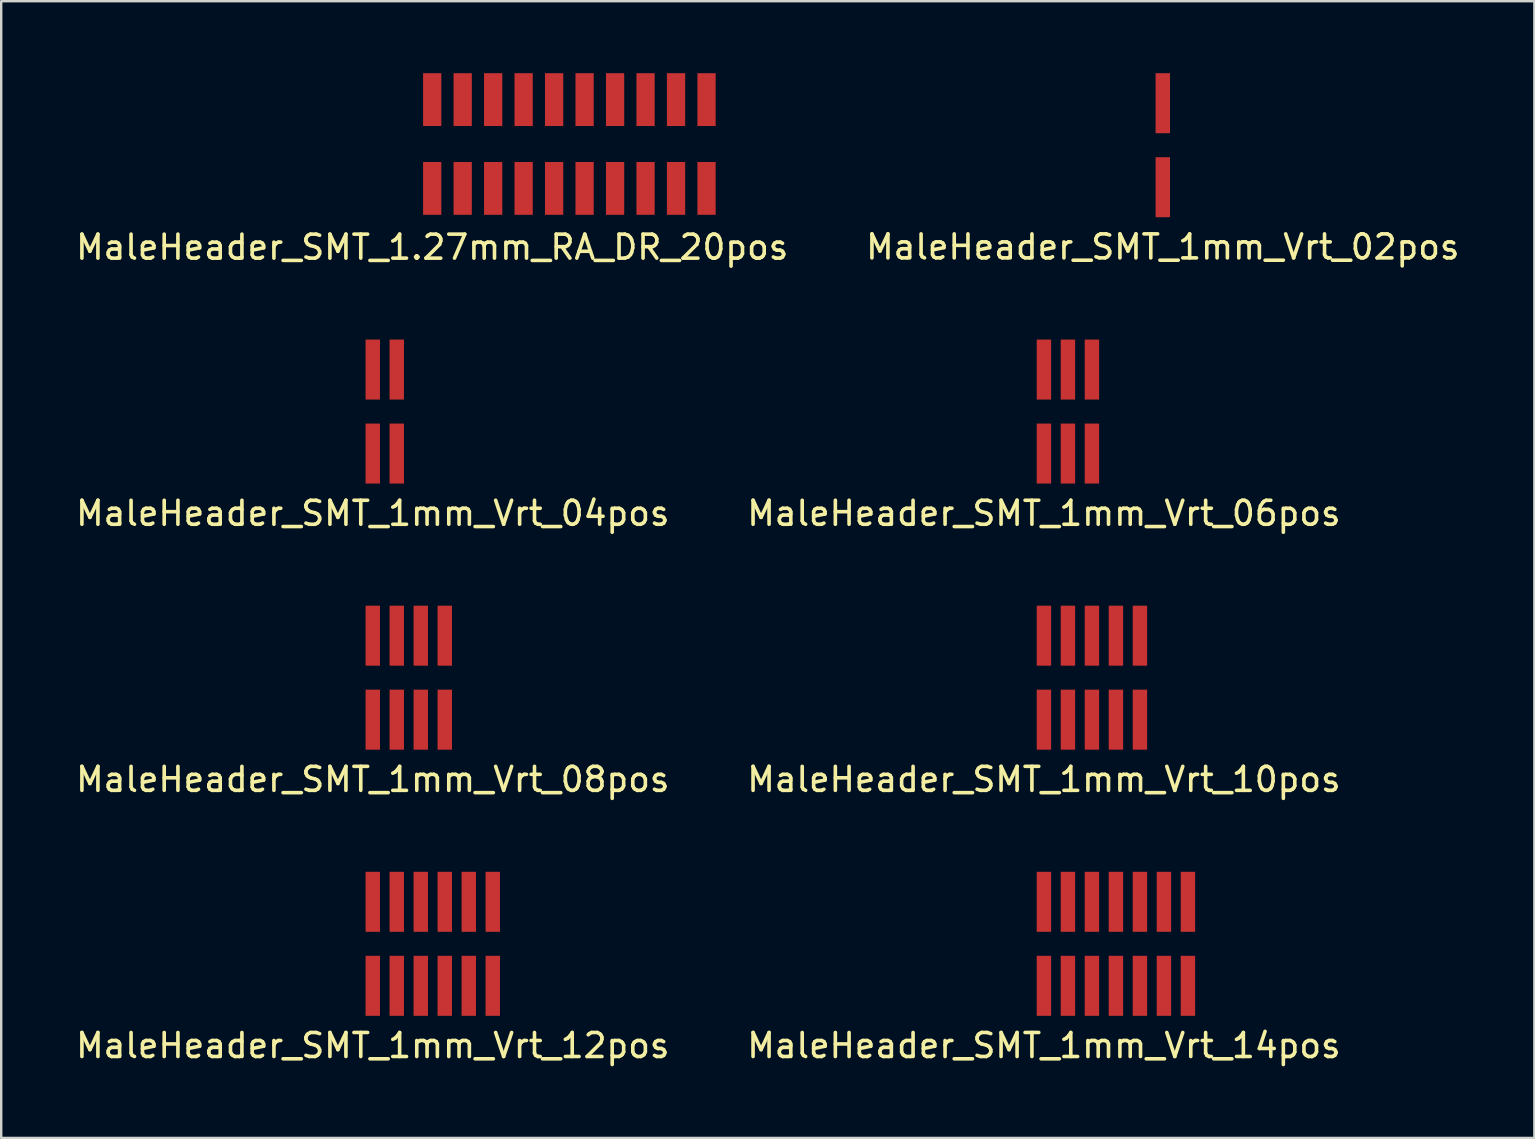
<source format=kicad_pcb>
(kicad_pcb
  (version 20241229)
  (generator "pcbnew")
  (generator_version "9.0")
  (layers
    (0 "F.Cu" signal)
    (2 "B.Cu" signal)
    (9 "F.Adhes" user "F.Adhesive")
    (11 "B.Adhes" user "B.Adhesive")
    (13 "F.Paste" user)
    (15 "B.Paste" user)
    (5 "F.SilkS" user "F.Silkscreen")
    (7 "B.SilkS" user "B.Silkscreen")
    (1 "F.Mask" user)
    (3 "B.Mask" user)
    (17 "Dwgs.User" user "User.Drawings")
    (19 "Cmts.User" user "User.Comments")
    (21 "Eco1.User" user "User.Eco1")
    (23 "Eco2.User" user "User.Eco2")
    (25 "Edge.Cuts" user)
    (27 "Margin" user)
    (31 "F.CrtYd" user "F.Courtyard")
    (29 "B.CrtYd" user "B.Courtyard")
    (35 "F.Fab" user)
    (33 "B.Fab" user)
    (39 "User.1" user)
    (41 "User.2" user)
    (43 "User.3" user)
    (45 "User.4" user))
  (footprint "MaleHeader_SMT_1mm_Vrt_04pos"
    (layer "F.Cu")
    (at 12.482 14.098)
    (property "Reference" "MaleHeader_SMT_1mm_Vrt_04pos" (at 0 4.24 0) (layer "F.SilkS") (effects (font (size 1 1) (thickness 0.15))))
    (attr through_hole)
    (pad "1" smd rect (at 0 -1.75) (size 0.6 2.5) (layers "F.Cu" "F.Mask" "F.Paste"))
    (pad "2" smd rect (at 0 1.75) (size 0.6 2.5) (layers "F.Cu" "F.Mask" "F.Paste"))
    (pad "3" smd rect (at 1 -1.75) (size 0.6 2.5) (layers "F.Cu" "F.Mask" "F.Paste"))
    (pad "4" smd rect (at 1 1.75) (size 0.6 2.5) (layers "F.Cu" "F.Mask" "F.Paste")))
  (footprint "MaleHeader_SMT_1mm_Vrt_14pos"
    (layer "F.Cu")
    (at 40.446 36.275)
    (property "Reference" "MaleHeader_SMT_1mm_Vrt_14pos" (at 0 4.24 0) (layer "F.SilkS") (effects (font (size 1 1) (thickness 0.15))))
    (attr through_hole)
    (pad "1" smd rect (at 0 -1.75) (size 0.6 2.5) (layers "F.Cu" "F.Mask" "F.Paste"))
    (pad "2" smd rect (at 0 1.75) (size 0.6 2.5) (layers "F.Cu" "F.Mask" "F.Paste"))
    (pad "3" smd rect (at 1 -1.75) (size 0.6 2.5) (layers "F.Cu" "F.Mask" "F.Paste"))
    (pad "4" smd rect (at 1 1.75) (size 0.6 2.5) (layers "F.Cu" "F.Mask" "F.Paste"))
    (pad "5" smd rect (at 2 -1.75) (size 0.6 2.5) (layers "F.Cu" "F.Mask" "F.Paste"))
    (pad "6" smd rect (at 2 1.75) (size 0.6 2.5) (layers "F.Cu" "F.Mask" "F.Paste"))
    (pad "7" smd rect (at 3 -1.75) (size 0.6 2.5) (layers "F.Cu" "F.Mask" "F.Paste"))
    (pad "8" smd rect (at 3 1.75) (size 0.6 2.5) (layers "F.Cu" "F.Mask" "F.Paste"))
    (pad "9" smd rect (at 4 -1.75) (size 0.6 2.5) (layers "F.Cu" "F.Mask" "F.Paste"))
    (pad "10" smd rect (at 4 1.75) (size 0.6 2.5) (layers "F.Cu" "F.Mask" "F.Paste"))
    (pad "11" smd rect (at 5 -1.75) (size 0.6 2.5) (layers "F.Cu" "F.Mask" "F.Paste"))
    (pad "12" smd rect (at 5 1.75) (size 0.6 2.5) (layers "F.Cu" "F.Mask" "F.Paste"))
    (pad "13" smd rect (at 6 -1.75) (size 0.6 2.5) (layers "F.Cu" "F.Mask" "F.Paste"))
    (pad "14" smd rect (at 6 1.75) (size 0.6 2.5) (layers "F.Cu" "F.Mask" "F.Paste")))
  (footprint "MaleHeader_SMT_1mm_Vrt_06pos"
    (layer "F.Cu")
    (at 40.446 14.098)
    (property "Reference" "MaleHeader_SMT_1mm_Vrt_06pos" (at 0 4.24 0) (layer "F.SilkS") (effects (font (size 1 1) (thickness 0.15))))
    (attr through_hole)
    (pad "1" smd rect (at 0 -1.75) (size 0.6 2.5) (layers "F.Cu" "F.Mask" "F.Paste"))
    (pad "2" smd rect (at 0 1.75) (size 0.6 2.5) (layers "F.Cu" "F.Mask" "F.Paste"))
    (pad "3" smd rect (at 1 -1.75) (size 0.6 2.5) (layers "F.Cu" "F.Mask" "F.Paste"))
    (pad "4" smd rect (at 1 1.75) (size 0.6 2.5) (layers "F.Cu" "F.Mask" "F.Paste"))
    (pad "5" smd rect (at 2 -1.75) (size 0.6 2.5) (layers "F.Cu" "F.Mask" "F.Paste"))
    (pad "6" smd rect (at 2 1.75) (size 0.6 2.5) (layers "F.Cu" "F.Mask" "F.Paste")))
  (footprint "MaleHeader_SMT_1.27mm_RA_DR_20pos"
    (layer "F.Cu")
    (at 14.958 2.95)
    (property "Reference" "MaleHeader_SMT_1.27mm_RA_DR_20pos" (at 0 4.3 0) (layer "F.SilkS") (effects (font (size 1 1) (thickness 0.15))))
    (attr through_hole)
    (pad "1" smd rect (at 0 -1.85) (size 0.76 2.2) (layers "F.Cu" "F.Mask" "F.Paste"))
    (pad "2" smd rect (at 0 1.85) (size 0.76 2.2) (layers "F.Cu" "F.Mask" "F.Paste"))
    (pad "3" smd rect (at 1.27 -1.85) (size 0.76 2.2) (layers "F.Cu" "F.Mask" "F.Paste"))
    (pad "4" smd rect (at 1.27 1.85) (size 0.76 2.2) (layers "F.Cu" "F.Mask" "F.Paste"))
    (pad "5" smd rect (at 2.54 -1.85) (size 0.76 2.2) (layers "F.Cu" "F.Mask" "F.Paste"))
    (pad "6" smd rect (at 2.54 1.85) (size 0.76 2.2) (layers "F.Cu" "F.Mask" "F.Paste"))
    (pad "7" smd rect (at 3.81 -1.85) (size 0.76 2.2) (layers "F.Cu" "F.Mask" "F.Paste"))
    (pad "8" smd rect (at 3.81 1.85) (size 0.76 2.2) (layers "F.Cu" "F.Mask" "F.Paste"))
    (pad "9" smd rect (at 5.08 -1.85) (size 0.76 2.2) (layers "F.Cu" "F.Mask" "F.Paste"))
    (pad "10" smd rect (at 5.08 1.85) (size 0.76 2.2) (layers "F.Cu" "F.Mask" "F.Paste"))
    (pad "11" smd rect (at 6.35 -1.85) (size 0.76 2.2) (layers "F.Cu" "F.Mask" "F.Paste"))
    (pad "12" smd rect (at 6.35 1.85) (size 0.76 2.2) (layers "F.Cu" "F.Mask" "F.Paste"))
    (pad "13" smd rect (at 7.62 -1.85) (size 0.76 2.2) (layers "F.Cu" "F.Mask" "F.Paste"))
    (pad "14" smd rect (at 7.62 1.85) (size 0.76 2.2) (layers "F.Cu" "F.Mask" "F.Paste"))
    (pad "15" smd rect (at 8.89 -1.85) (size 0.76 2.2) (layers "F.Cu" "F.Mask" "F.Paste"))
    (pad "16" smd rect (at 8.89 1.85) (size 0.76 2.2) (layers "F.Cu" "F.Mask" "F.Paste"))
    (pad "17" smd rect (at 10.16 -1.85) (size 0.76 2.2) (layers "F.Cu" "F.Mask" "F.Paste"))
    (pad "18" smd rect (at 10.16 1.85) (size 0.76 2.2) (layers "F.Cu" "F.Mask" "F.Paste"))
    (pad "19" smd rect (at 11.43 -1.85) (size 0.76 2.2) (layers "F.Cu" "F.Mask" "F.Paste"))
    (pad "20" smd rect (at 11.43 1.85) (size 0.76 2.2) (layers "F.Cu" "F.Mask" "F.Paste")))
  (footprint "MaleHeader_SMT_1mm_Vrt_12pos"
    (layer "F.Cu")
    (at 12.482 36.275)
    (property "Reference" "MaleHeader_SMT_1mm_Vrt_12pos" (at 0 4.24 0) (layer "F.SilkS") (effects (font (size 1 1) (thickness 0.15))))
    (attr through_hole)
    (pad "1" smd rect (at 0 -1.75) (size 0.6 2.5) (layers "F.Cu" "F.Mask" "F.Paste"))
    (pad "2" smd rect (at 0 1.75) (size 0.6 2.5) (layers "F.Cu" "F.Mask" "F.Paste"))
    (pad "3" smd rect (at 1 -1.75) (size 0.6 2.5) (layers "F.Cu" "F.Mask" "F.Paste"))
    (pad "4" smd rect (at 1 1.75) (size 0.6 2.5) (layers "F.Cu" "F.Mask" "F.Paste"))
    (pad "5" smd rect (at 2 -1.75) (size 0.6 2.5) (layers "F.Cu" "F.Mask" "F.Paste"))
    (pad "6" smd rect (at 2 1.75) (size 0.6 2.5) (layers "F.Cu" "F.Mask" "F.Paste"))
    (pad "7" smd rect (at 3 -1.75) (size 0.6 2.5) (layers "F.Cu" "F.Mask" "F.Paste"))
    (pad "8" smd rect (at 3 1.75) (size 0.6 2.5) (layers "F.Cu" "F.Mask" "F.Paste"))
    (pad "9" smd rect (at 4 -1.75) (size 0.6 2.5) (layers "F.Cu" "F.Mask" "F.Paste"))
    (pad "10" smd rect (at 4 1.75) (size 0.6 2.5) (layers "F.Cu" "F.Mask" "F.Paste"))
    (pad "11" smd rect (at 5 -1.75) (size 0.6 2.5) (layers "F.Cu" "F.Mask" "F.Paste"))
    (pad "12" smd rect (at 5 1.75) (size 0.6 2.5) (layers "F.Cu" "F.Mask" "F.Paste")))
  (footprint "MaleHeader_SMT_1mm_Vrt_08pos"
    (layer "F.Cu")
    (at 12.482 25.186)
    (property "Reference" "MaleHeader_SMT_1mm_Vrt_08pos" (at 0 4.24 0) (layer "F.SilkS") (effects (font (size 1 1) (thickness 0.15))))
    (attr through_hole)
    (pad "1" smd rect (at 0 -1.75) (size 0.6 2.5) (layers "F.Cu" "F.Mask" "F.Paste"))
    (pad "2" smd rect (at 0 1.75) (size 0.6 2.5) (layers "F.Cu" "F.Mask" "F.Paste"))
    (pad "3" smd rect (at 1 -1.75) (size 0.6 2.5) (layers "F.Cu" "F.Mask" "F.Paste"))
    (pad "4" smd rect (at 1 1.75) (size 0.6 2.5) (layers "F.Cu" "F.Mask" "F.Paste"))
    (pad "5" smd rect (at 2 -1.75) (size 0.6 2.5) (layers "F.Cu" "F.Mask" "F.Paste"))
    (pad "6" smd rect (at 2 1.75) (size 0.6 2.5) (layers "F.Cu" "F.Mask" "F.Paste"))
    (pad "7" smd rect (at 3 -1.75) (size 0.6 2.5) (layers "F.Cu" "F.Mask" "F.Paste"))
    (pad "8" smd rect (at 3 1.75) (size 0.6 2.5) (layers "F.Cu" "F.Mask" "F.Paste")))
  (footprint "MaleHeader_SMT_1mm_Vrt_10pos"
    (layer "F.Cu")
    (at 40.446 25.186)
    (property "Reference" "MaleHeader_SMT_1mm_Vrt_10pos" (at 0 4.24 0) (layer "F.SilkS") (effects (font (size 1 1) (thickness 0.15))))
    (attr through_hole)
    (pad "1" smd rect (at 0 -1.75) (size 0.6 2.5) (layers "F.Cu" "F.Mask" "F.Paste"))
    (pad "2" smd rect (at 0 1.75) (size 0.6 2.5) (layers "F.Cu" "F.Mask" "F.Paste"))
    (pad "3" smd rect (at 1 -1.75) (size 0.6 2.5) (layers "F.Cu" "F.Mask" "F.Paste"))
    (pad "4" smd rect (at 1 1.75) (size 0.6 2.5) (layers "F.Cu" "F.Mask" "F.Paste"))
    (pad "5" smd rect (at 2 -1.75) (size 0.6 2.5) (layers "F.Cu" "F.Mask" "F.Paste"))
    (pad "6" smd rect (at 2 1.75) (size 0.6 2.5) (layers "F.Cu" "F.Mask" "F.Paste"))
    (pad "7" smd rect (at 3 -1.75) (size 0.6 2.5) (layers "F.Cu" "F.Mask" "F.Paste"))
    (pad "8" smd rect (at 3 1.75) (size 0.6 2.5) (layers "F.Cu" "F.Mask" "F.Paste"))
    (pad "9" smd rect (at 4 -1.75) (size 0.6 2.5) (layers "F.Cu" "F.Mask" "F.Paste"))
    (pad "10" smd rect (at 4 1.75) (size 0.6 2.5) (layers "F.Cu" "F.Mask" "F.Paste")))
  (footprint "MaleHeader_SMT_1mm_Vrt_02pos"
    (layer "F.Cu")
    (at 45.399 3)
    (property "Reference" "MaleHeader_SMT_1mm_Vrt_02pos" (at 0 4.24 0) (layer "F.SilkS") (effects (font (size 1 1) (thickness 0.15))))
    (attr through_hole)
    (pad "1" smd rect (at 0 -1.75) (size 0.6 2.5) (layers "F.Cu" "F.Mask" "F.Paste"))
    (pad "2" smd rect (at 0 1.75) (size 0.6 2.5) (layers "F.Cu" "F.Mask" "F.Paste")))
  (gr_rect
    (start -3 -3)
    (end 60.881 44.363)
    (stroke (width 0.1) (type default))
    (fill no)
    (layer "Edge.Cuts")))
</source>
